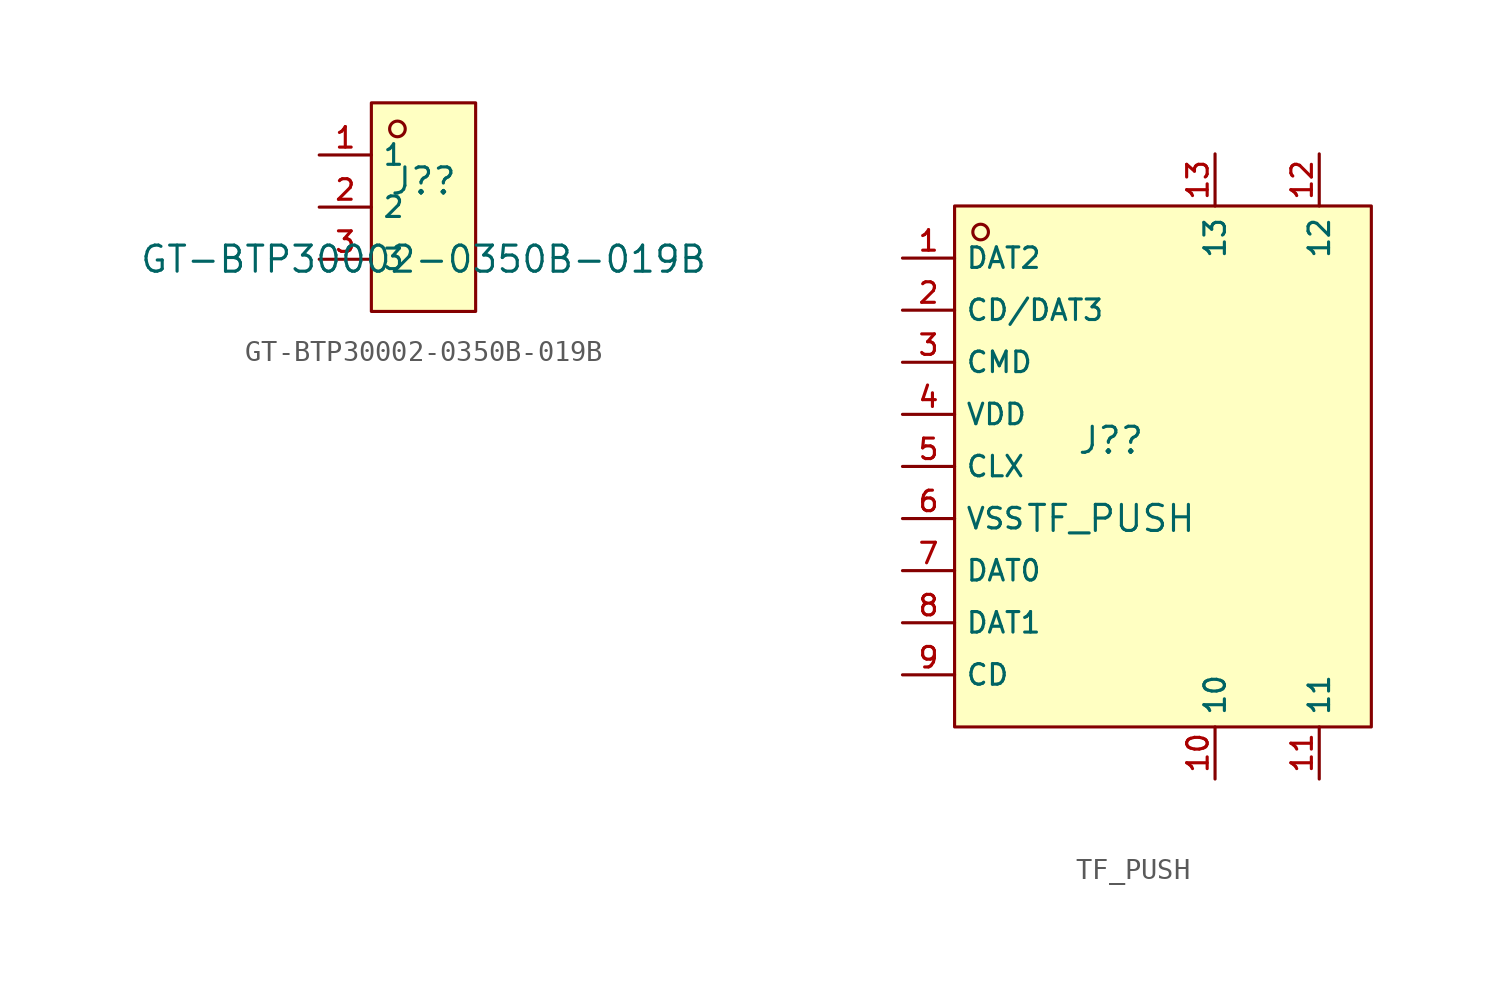
<source format=kicad_sym>
(kicad_symbol_lib
  (version 20210201)
  (generator TousstNicolas/JLC2KiCad_lib)
  (symbol "GT-BTP30002-0350B-019B"
    (property "Reference" "J?"
      (at 0 1.27 0)
      (effects (font (size 1.27 1.27))))
    (property "Value" "GT-BTP30002-0350B-019B"
      (at 0 -2.54 0)
      (effects (font (size 1.27 1.27))))
    (symbol "GT-BTP30002-0350B-019B_0_1"
      (rectangle (start -2.54 5.08) (end 2.54 -5.08) (stroke (width 0) (type default) (color 0 0 0 0)) (fill (type background)))
      (circle (center -1.27 3.81) (radius 0.381) (stroke (width 0) (type default) (color 0 0 0 0)) (fill (type background)))
      (pin unspecified line (at -5.08 2.54 0) (length 2.54) (name "1" (effects (font (size 1 1)))) (number "1" (effects (font (size 1 1)))))
      (pin unspecified line (at -5.08 -0.0 0) (length 2.54) (name "2" (effects (font (size 1 1)))) (number "2" (effects (font (size 1 1)))))
      (pin unspecified line (at -5.08 -2.54 0) (length 2.54) (name "3" (effects (font (size 1 1)))) (number "3" (effects (font (size 1 1)))))))
  (symbol "TF_PUSH"
    (property "Reference" "J?"
      (at 0 1.27 0)
      (effects (font (size 1.27 1.27))))
    (property "Value" "TF_PUSH"
      (at 0 -2.54 0)
      (effects (font (size 1.27 1.27))))
    (symbol "TF_PUSH_0_1"
      (rectangle (start -7.62 12.7) (end 12.7 -12.7) (stroke (width 0) (type default) (color 0 0 0 0)) (fill (type background)))
      (circle (center -6.35 11.43) (radius 0.381) (stroke (width 0) (type default) (color 0 0 0 0)) (fill (type background)))
      (pin unspecified line (at -10.16 10.16 0) (length 2.54) (name "DAT2" (effects (font (size 1 1)))) (number "1" (effects (font (size 1 1)))))
      (pin unspecified line (at -10.16 7.62 0) (length 2.54) (name "CD/DAT3" (effects (font (size 1 1)))) (number "2" (effects (font (size 1 1)))))
      (pin unspecified line (at -10.16 5.08 0) (length 2.54) (name "CMD" (effects (font (size 1 1)))) (number "3" (effects (font (size 1 1)))))
      (pin unspecified line (at -10.16 2.54 0) (length 2.54) (name "VDD" (effects (font (size 1 1)))) (number "4" (effects (font (size 1 1)))))
      (pin unspecified line (at -10.16 -0.0 0) (length 2.54) (name "CLX" (effects (font (size 1 1)))) (number "5" (effects (font (size 1 1)))))
      (pin unspecified line (at -10.16 -2.54 0) (length 2.54) (name "VSS" (effects (font (size 1 1)))) (number "6" (effects (font (size 1 1)))))
      (pin unspecified line (at -10.16 -5.08 0) (length 2.54) (name "DAT0" (effects (font (size 1 1)))) (number "7" (effects (font (size 1 1)))))
      (pin unspecified line (at -10.16 -7.62 0) (length 2.54) (name "DAT1" (effects (font (size 1 1)))) (number "8" (effects (font (size 1 1)))))
      (pin unspecified line (at -10.16 -10.16 0) (length 2.54) (name "CD" (effects (font (size 1 1)))) (number "9" (effects (font (size 1 1)))))
      (pin unspecified line (at 5.08 -15.24 90) (length 2.54) (name "10" (effects (font (size 1 1)))) (number "10" (effects (font (size 1 1)))))
      (pin unspecified line (at 10.16 -15.24 90) (length 2.54) (name "11" (effects (font (size 1 1)))) (number "11" (effects (font (size 1 1)))))
      (pin unspecified line (at 10.16 15.24 270) (length 2.54) (name "12" (effects (font (size 1 1)))) (number "12" (effects (font (size 1 1)))))
      (pin unspecified line (at 5.08 15.24 270) (length 2.54) (name "13" (effects (font (size 1 1)))) (number "13" (effects (font (size 1 1))))))))
</source>
